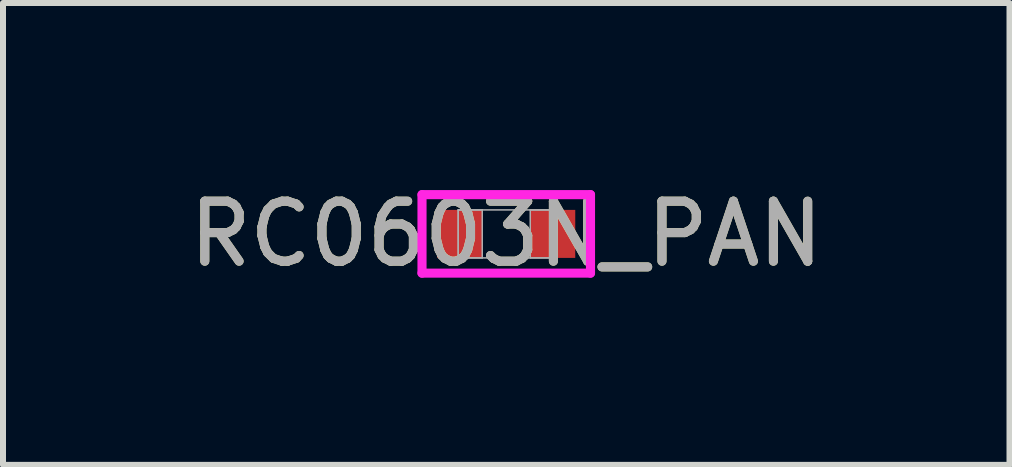
<source format=kicad_pcb>
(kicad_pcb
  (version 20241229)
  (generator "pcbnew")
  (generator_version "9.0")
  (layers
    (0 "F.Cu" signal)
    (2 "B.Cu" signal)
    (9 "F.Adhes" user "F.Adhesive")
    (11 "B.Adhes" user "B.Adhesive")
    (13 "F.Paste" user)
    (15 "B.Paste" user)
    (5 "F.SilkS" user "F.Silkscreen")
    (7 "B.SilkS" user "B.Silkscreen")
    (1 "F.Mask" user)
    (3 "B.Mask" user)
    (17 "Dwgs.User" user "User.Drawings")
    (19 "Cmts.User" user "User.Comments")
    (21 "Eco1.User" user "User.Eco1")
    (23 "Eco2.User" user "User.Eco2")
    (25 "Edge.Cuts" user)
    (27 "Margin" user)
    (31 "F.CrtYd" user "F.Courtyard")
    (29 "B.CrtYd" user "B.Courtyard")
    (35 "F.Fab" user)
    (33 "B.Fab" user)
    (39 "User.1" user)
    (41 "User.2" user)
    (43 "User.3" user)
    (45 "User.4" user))
  (footprint "RC0603N_PAN"
    (layer "F.Cu")
    (at 5.387 0.848)
    (property "Reference" "RC0603N_PAN" (at 0 0 0) (unlocked yes) (layer "F.SilkS") (effects (font (size 1 1) (thickness 0.15))))
    (attr smd)
    (fp_line (start -1.404 -0.654) (end 1.404 -0.654) (stroke (width 0.152) (type solid)) (layer "F.CrtYd"))
    (fp_line (start -1.404 0.654) (end -1.404 -0.654) (stroke (width 0.152) (type solid)) (layer "F.CrtYd"))
    (fp_line (start 1.404 -0.654) (end 1.404 0.654) (stroke (width 0.152) (type solid)) (layer "F.CrtYd"))
    (fp_line (start 1.404 0.654) (end -1.404 0.654) (stroke (width 0.152) (type solid)) (layer "F.CrtYd"))
    (fp_line (start -0.8 -0.4) (end -0.8 0.4) (stroke (width 0.025) (type solid)) (layer "F.Fab"))
    (fp_line (start -0.8 -0.4) (end -0.8 0.4) (stroke (width 0.025) (type solid)) (layer "F.Fab"))
    (fp_line (start -0.8 0.4) (end -0.4 0.4) (stroke (width 0.025) (type solid)) (layer "F.Fab"))
    (fp_line (start -0.8 0.4) (end 0.8 0.4) (stroke (width 0.025) (type solid)) (layer "F.Fab"))
    (fp_line (start -0.4 -0.4) (end -0.8 -0.4) (stroke (width 0.025) (type solid)) (layer "F.Fab"))
    (fp_line (start -0.4 0.4) (end -0.4 -0.4) (stroke (width 0.025) (type solid)) (layer "F.Fab"))
    (fp_line (start 0.4 -0.4) (end 0.4 0.4) (stroke (width 0.025) (type solid)) (layer "F.Fab"))
    (fp_line (start 0.4 0.4) (end 0.8 0.4) (stroke (width 0.025) (type solid)) (layer "F.Fab"))
    (fp_line (start 0.8 -0.4) (end -0.8 -0.4) (stroke (width 0.025) (type solid)) (layer "F.Fab"))
    (fp_line (start 0.8 -0.4) (end 0.4 -0.4) (stroke (width 0.025) (type solid)) (layer "F.Fab"))
    (fp_line (start 0.8 0.4) (end 0.8 -0.4) (stroke (width 0.025) (type solid)) (layer "F.Fab"))
    (fp_line (start 0.8 0.4) (end 0.8 -0.4) (stroke (width 0.025) (type solid)) (layer "F.Fab"))
    (fp_text user "${REFERENCE}" (at 0 0 0) (unlocked yes) (layer "F.Fab") (effects (font (size 1 1) (thickness 0.15))))
    (pad "1" smd rect (at -0.775 0) (size 0.75 0.8) (layers "F.Cu" "F.Mask" "F.Paste"))
    (pad "2" smd rect (at 0.775 0) (size 0.75 0.8) (layers "F.Cu" "F.Mask" "F.Paste"))
    (zone (net_name "") (layer "F.Cu") (hatch full 0.508) (connect_pads) (min_thickness 0.254) (filled_areas_thickness no) (keepout (tracks not_allowed) (vias not_allowed) (pads allowed) (copperpour not_allowed) (footprints allowed)) (placement (enabled no)) (fill) (polygon (pts (xy 5.038 0.499) (xy 5.736 0.499) (xy 5.736 1.197) (xy 5.038 1.197)))))
  (gr_rect
    (start -3 -3)
    (end 13.774 4.697)
    (stroke (width 0.1) (type default))
    (fill no)
    (layer "Edge.Cuts")))
</source>
